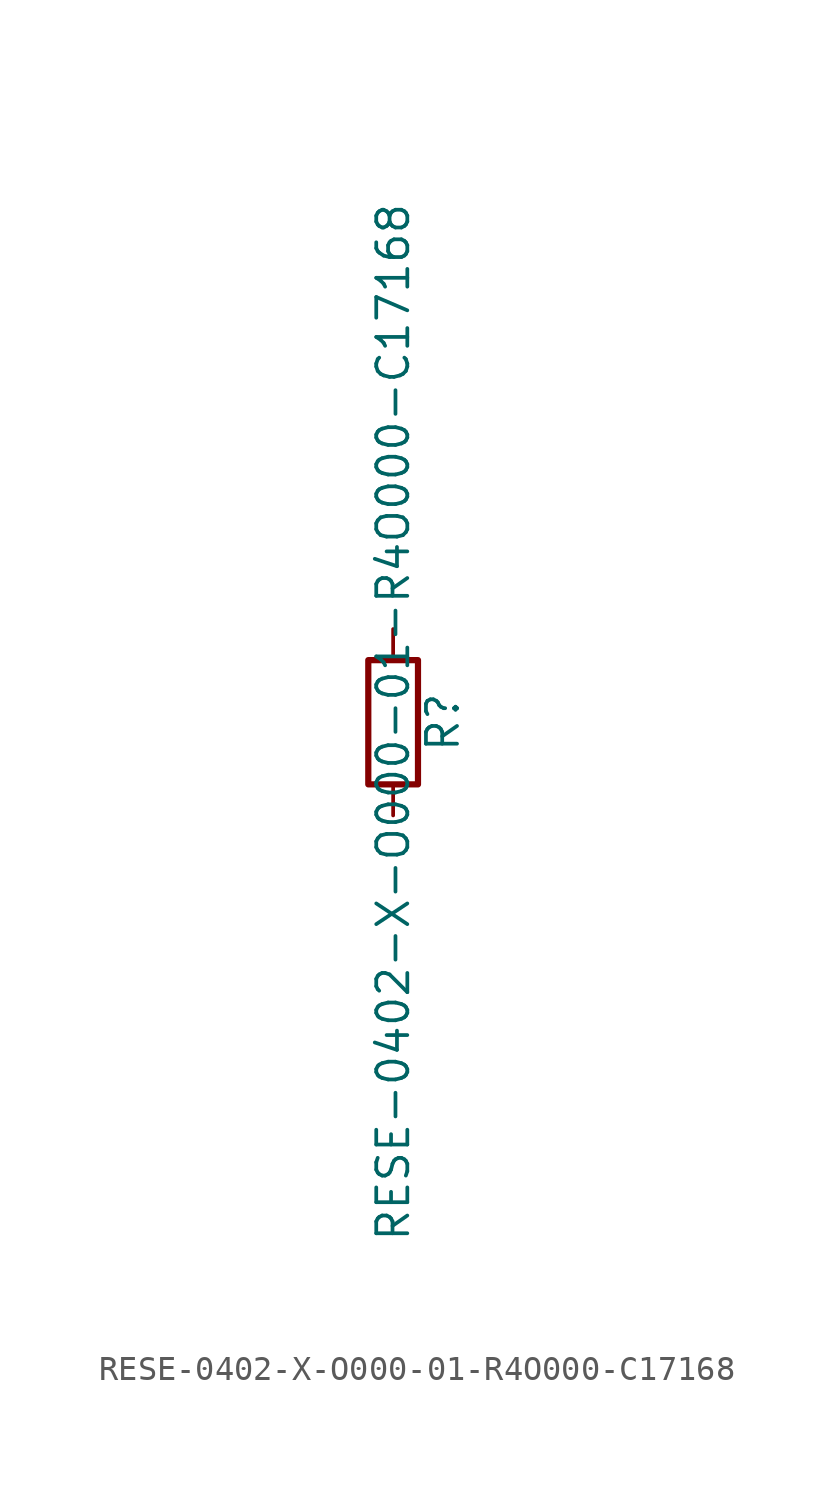
<source format=kicad_sym>
(kicad_symbol_lib
  (version 20211014)
  (generator kicad_symbol_editor)
  (symbol "RESE-0402-X-O000-01-R4O000-C17168"
    (pin_numbers hide)
    (pin_names
      (offset 0))
    (property "Reference" "R"
      (at 2.032 0 90)
      (effects (font (size 1.27 1.27))))
    (property "Value" "RESE-0402-X-O000-01-R4O000-C17168"
      (at 0 0 90)
      (effects (font (size 1.27 1.27))))
    (symbol "RESE-0402-X-O000-01-R4O000-C17168_0_1"
      (rectangle (start -1.016 -2.54) (end 1.016 2.54) (stroke (width 0.254) (type default) (color 0 0 0 0)) (fill (type none))))
    (symbol "RESE-0402-X-O000-01-R4O000-C17168_1_1"
      (pin passive line (at 0 3.81 270) (length 1.27) (name "~" (effects (font (size 1.27 1.27)))) (number "1" (effects (font (size 1.27 1.27)))))
      (pin passive line (at 0 -3.81 90) (length 1.27) (name "~" (effects (font (size 1.27 1.27)))) (number "2" (effects (font (size 1.27 1.27))))))))
</source>
